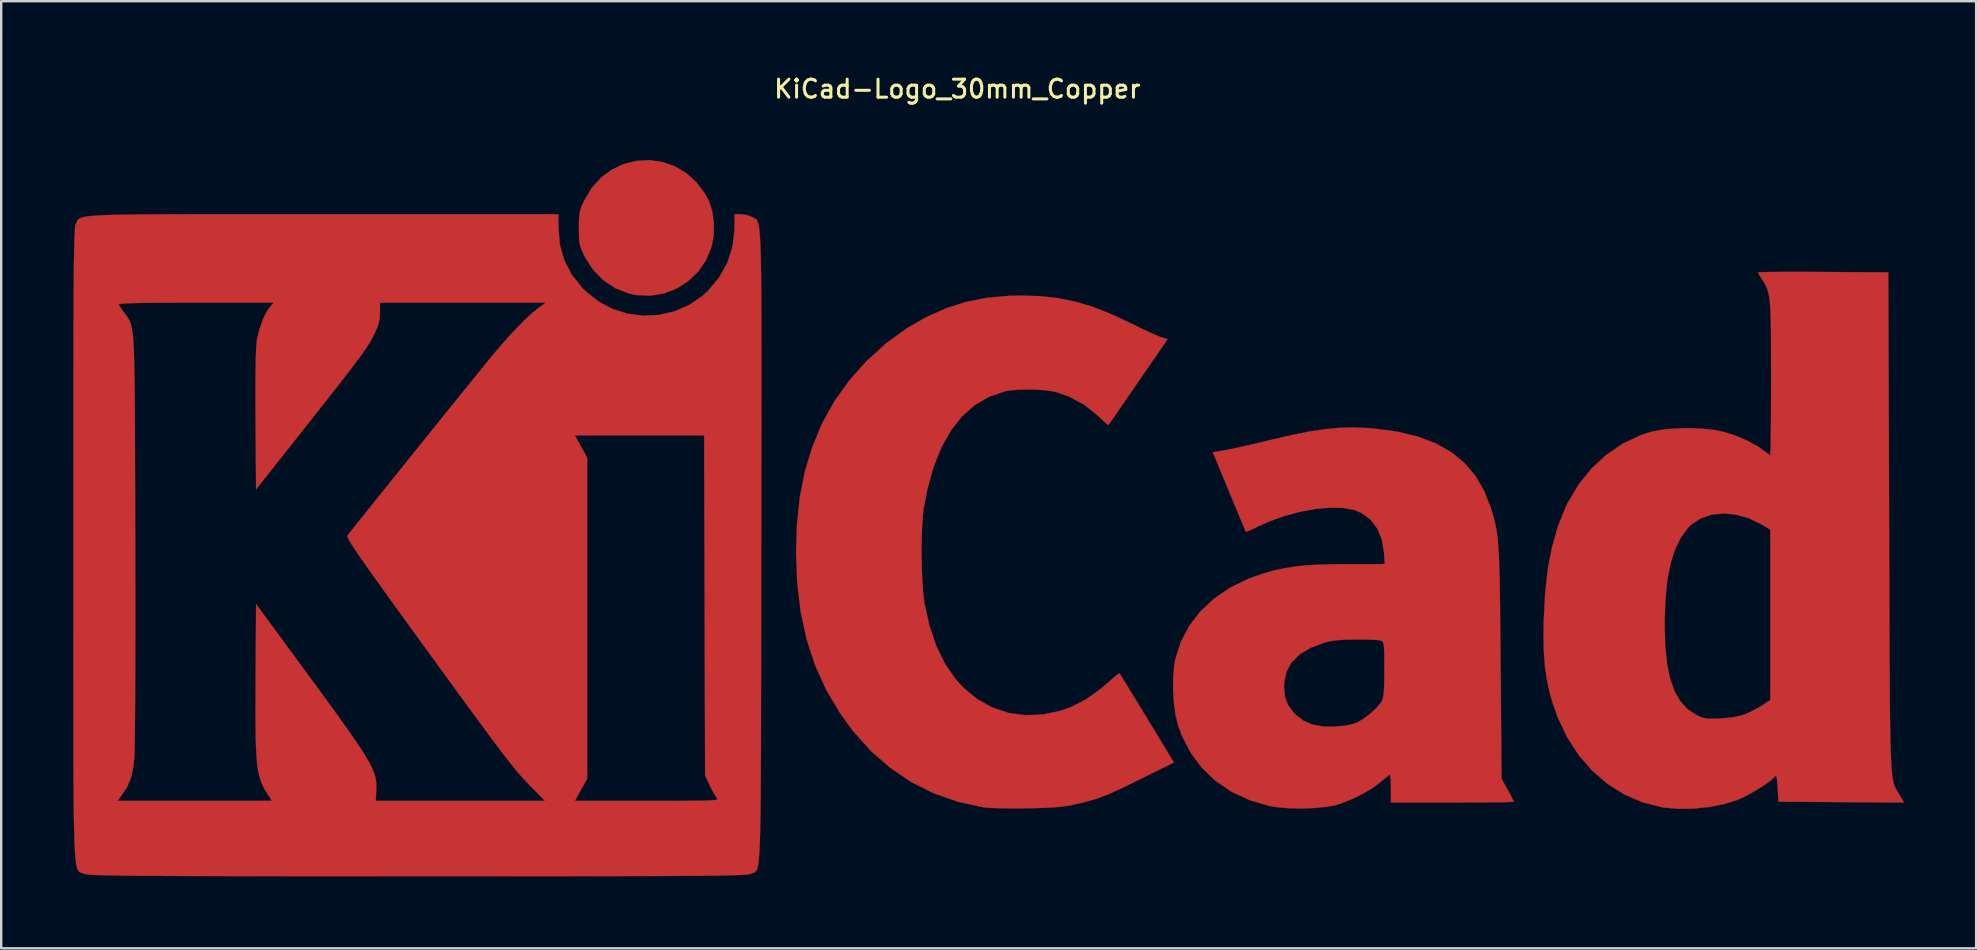
<source format=kicad_pcb>
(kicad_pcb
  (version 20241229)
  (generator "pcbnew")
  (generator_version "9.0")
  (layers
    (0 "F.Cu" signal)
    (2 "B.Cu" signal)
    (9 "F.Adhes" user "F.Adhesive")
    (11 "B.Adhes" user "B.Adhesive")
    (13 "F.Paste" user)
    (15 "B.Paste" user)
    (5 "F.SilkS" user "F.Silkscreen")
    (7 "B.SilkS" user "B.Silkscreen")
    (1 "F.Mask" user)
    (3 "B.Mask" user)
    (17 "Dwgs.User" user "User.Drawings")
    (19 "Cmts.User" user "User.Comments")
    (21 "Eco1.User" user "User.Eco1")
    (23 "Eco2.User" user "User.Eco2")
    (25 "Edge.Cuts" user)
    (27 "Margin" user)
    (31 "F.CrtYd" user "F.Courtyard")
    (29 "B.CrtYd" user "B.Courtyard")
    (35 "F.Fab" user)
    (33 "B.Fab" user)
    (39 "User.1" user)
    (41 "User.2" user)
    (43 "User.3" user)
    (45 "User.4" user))
  (footprint "KiCad-Logo_30mm_Copper"
    (layer "F.Cu")
    (at 38.106 18.438)
    (property "Reference" "KiCad-Logo_30mm_Copper" (at -1.27 -17.78 0) (layer "F.SilkS") (effects (font (size 0.75 0.75) (thickness 0.125))))
    (attr exclude_from_pos_files exclude_from_bom allow_missing_courtyard)
    (fp_poly (pts (xy -13.557 -14.738) (xy -13.044 -14.56) (xy -12.567 -14.28) (xy -12.141 -13.898) (xy -11.781 -13.415) (xy -11.619 -13.11) (xy -11.48 -12.683) (xy -11.412 -12.191) (xy -11.419 -11.684) (xy -11.503 -11.226) (xy -11.73 -10.665) (xy -12.061 -10.179) (xy -12.477 -9.777) (xy -12.961 -9.468) (xy -13.499 -9.262) (xy -14.071 -9.168) (xy -14.662 -9.197) (xy -14.953 -9.259) (xy -15.521 -9.48) (xy -16.025 -9.817) (xy -16.454 -10.26) (xy -16.795 -10.798) (xy -16.823 -10.856) (xy -16.923 -11.077) (xy -16.986 -11.263) (xy -17.02 -11.459) (xy -17.033 -11.71) (xy -17.036 -11.983) (xy -17.032 -12.311) (xy -17.015 -12.549) (xy -16.976 -12.741) (xy -16.906 -12.933) (xy -16.82 -13.122) (xy -16.498 -13.66) (xy -16.103 -14.095) (xy -15.648 -14.428) (xy -15.151 -14.659) (xy -14.626 -14.787) (xy -14.09 -14.814) (xy -13.557 -14.738)) (stroke (width 0.01) (type solid)) (fill yes) (layer "F.Cu"))
    (fp_poly (pts (xy 2.188 -9.148) (xy 2.924 -9.067) (xy 3.638 -8.923) (xy 4.357 -8.708) (xy 5.111 -8.414) (xy 5.93 -8.033) (xy 6.078 -7.959) (xy 6.416 -7.793) (xy 6.735 -7.643) (xy 7.003 -7.524) (xy 7.189 -7.45) (xy 7.218 -7.44) (xy 7.492 -7.358) (xy 6.265 -5.574) (xy 5.966 -5.138) (xy 5.691 -4.739) (xy 5.452 -4.392) (xy 5.257 -4.11) (xy 5.116 -3.905) (xy 5.038 -3.793) (xy 5.026 -3.775) (xy 4.974 -3.812) (xy 4.847 -3.924) (xy 4.668 -4.091) (xy 4.569 -4.185) (xy 4.007 -4.631) (xy 3.377 -4.97) (xy 2.834 -5.156) (xy 2.508 -5.215) (xy 2.099 -5.25) (xy 1.657 -5.262) (xy 1.228 -5.25) (xy 0.861 -5.213) (xy 0.715 -5.185) (xy 0.055 -4.958) (xy -0.539 -4.612) (xy -1.068 -4.146) (xy -1.53 -3.563) (xy -1.927 -2.861) (xy -2.256 -2.043) (xy -2.517 -1.108) (xy -2.673 -0.307) (xy -2.713 0.046) (xy -2.741 0.503) (xy -2.756 1.029) (xy -2.759 1.594) (xy -2.749 2.163) (xy -2.728 2.703) (xy -2.695 3.184) (xy -2.65 3.57) (xy -2.641 3.629) (xy -2.429 4.59) (xy -2.141 5.439) (xy -1.775 6.183) (xy -1.328 6.823) (xy -1.011 7.169) (xy -0.441 7.64) (xy 0.184 7.988) (xy 0.853 8.213) (xy 1.557 8.312) (xy 2.284 8.285) (xy 3.023 8.128) (xy 3.461 7.974) (xy 4.066 7.666) (xy 4.69 7.225) (xy 5.04 6.926) (xy 5.236 6.753) (xy 5.39 6.626) (xy 5.478 6.565) (xy 5.489 6.563) (xy 5.528 6.626) (xy 5.629 6.791) (xy 5.784 7.044) (xy 5.985 7.372) (xy 6.221 7.76) (xy 6.485 8.193) (xy 6.633 8.435) (xy 7.756 10.281) (xy 6.353 10.974) (xy 5.846 11.223) (xy 5.435 11.419) (xy 5.095 11.573) (xy 4.802 11.693) (xy 4.529 11.79) (xy 4.252 11.873) (xy 3.946 11.953) (xy 3.653 12.022) (xy 3.392 12.076) (xy 3.12 12.117) (xy 2.808 12.147) (xy 2.429 12.168) (xy 1.957 12.183) (xy 1.639 12.189) (xy 1.185 12.194) (xy 0.749 12.192) (xy 0.361 12.183) (xy 0.049 12.17) (xy -0.157 12.152) (xy -0.169 12.15) (xy -1.242 11.918) (xy -2.249 11.566) (xy -3.19 11.095) (xy -4.066 10.504) (xy -4.875 9.794) (xy -5.617 8.965) (xy -6.154 8.228) (xy -6.726 7.263) (xy -7.189 6.245) (xy -7.544 5.164) (xy -7.794 4.013) (xy -7.941 2.783) (xy -7.987 1.534) (xy -7.949 0.327) (xy -7.83 -0.788) (xy -7.625 -1.828) (xy -7.33 -2.812) (xy -6.943 -3.759) (xy -6.897 -3.857) (xy -6.387 -4.774) (xy -5.761 -5.647) (xy -5.037 -6.457) (xy -4.232 -7.187) (xy -3.364 -7.818) (xy -2.555 -8.281) (xy -1.738 -8.643) (xy -0.919 -8.906) (xy -0.066 -9.076) (xy 0.851 -9.16) (xy 1.4 -9.173) (xy 2.188 -9.148)) (stroke (width 0.01) (type solid)) (fill yes) (layer "F.Cu"))
    (fp_poly (pts (xy 34.027 -10.161) (xy 34.608 -10.159) (xy 34.806 -10.157) (xy 37.52 -10.14) (xy 37.554 0.273) (xy 37.558 1.685) (xy 37.562 2.967) (xy 37.566 4.126) (xy 37.57 5.168) (xy 37.574 6.1) (xy 37.578 6.929) (xy 37.584 7.661) (xy 37.59 8.303) (xy 37.598 8.861) (xy 37.607 9.342) (xy 37.618 9.753) (xy 37.631 10.101) (xy 37.646 10.392) (xy 37.664 10.632) (xy 37.685 10.828) (xy 37.709 10.988) (xy 37.736 11.117) (xy 37.766 11.222) (xy 37.801 11.31) (xy 37.84 11.388) (xy 37.883 11.462) (xy 37.931 11.538) (xy 37.983 11.624) (xy 37.994 11.642) (xy 38.175 11.951) (xy 35.56 11.933) (xy 32.945 11.915) (xy 32.911 11.34) (xy 32.892 11.065) (xy 32.873 10.905) (xy 32.847 10.842) (xy 32.807 10.855) (xy 32.774 10.891) (xy 32.63 11.024) (xy 32.396 11.195) (xy 32.105 11.383) (xy 31.788 11.568) (xy 31.481 11.73) (xy 31.244 11.836) (xy 30.691 12.011) (xy 30.056 12.136) (xy 29.386 12.204) (xy 28.728 12.211) (xy 28.129 12.154) (xy 28.12 12.152) (xy 27.301 11.947) (xy 26.534 11.619) (xy 25.827 11.177) (xy 25.187 10.627) (xy 24.622 9.976) (xy 24.139 9.231) (xy 23.745 8.4) (xy 23.53 7.784) (xy 23.388 7.269) (xy 23.284 6.77) (xy 23.212 6.257) (xy 23.171 5.699) (xy 23.156 5.068) (xy 23.162 4.552) (xy 28.201 4.552) (xy 28.225 5.417) (xy 28.3 6.161) (xy 28.429 6.791) (xy 28.614 7.314) (xy 28.857 7.735) (xy 29.161 8.062) (xy 29.511 8.293) (xy 29.694 8.38) (xy 29.852 8.432) (xy 30.029 8.455) (xy 30.266 8.457) (xy 30.521 8.448) (xy 31.023 8.404) (xy 31.42 8.317) (xy 31.545 8.274) (xy 31.83 8.145) (xy 32.131 7.984) (xy 32.262 7.903) (xy 32.603 7.68) (xy 32.603 0.582) (xy 32.228 0.357) (xy 31.704 0.102) (xy 31.169 -0.048) (xy 30.642 -0.096) (xy 30.143 -0.041) (xy 29.691 0.115) (xy 29.307 0.372) (xy 29.182 0.495) (xy 28.883 0.898) (xy 28.641 1.386) (xy 28.454 1.968) (xy 28.319 2.651) (xy 28.236 3.444) (xy 28.202 4.355) (xy 28.201 4.552) (xy 23.162 4.552) (xy 23.165 4.337) (xy 23.223 3.213) (xy 23.338 2.199) (xy 23.515 1.281) (xy 23.757 0.443) (xy 24.065 -0.329) (xy 24.175 -0.558) (xy 24.619 -1.304) (xy 25.155 -1.967) (xy 25.771 -2.537) (xy 26.454 -3.002) (xy 27.191 -3.352) (xy 27.634 -3.496) (xy 28.068 -3.581) (xy 28.591 -3.632) (xy 29.158 -3.649) (xy 29.725 -3.63) (xy 30.25 -3.577) (xy 30.671 -3.494) (xy 31.172 -3.331) (xy 31.658 -3.122) (xy 32.083 -2.887) (xy 32.309 -2.727) (xy 32.465 -2.609) (xy 32.575 -2.537) (xy 32.599 -2.526) (xy 32.607 -2.592) (xy 32.614 -2.782) (xy 32.621 -3.081) (xy 32.627 -3.476) (xy 32.631 -3.955) (xy 32.635 -4.504) (xy 32.637 -5.108) (xy 32.638 -5.725) (xy 32.637 -6.514) (xy 32.635 -7.179) (xy 32.631 -7.733) (xy 32.622 -8.189) (xy 32.609 -8.559) (xy 32.589 -8.857) (xy 32.562 -9.094) (xy 32.526 -9.283) (xy 32.481 -9.438) (xy 32.426 -9.571) (xy 32.358 -9.695) (xy 32.277 -9.822) (xy 32.267 -9.837) (xy 32.163 -10.002) (xy 32.1 -10.115) (xy 32.091 -10.139) (xy 32.157 -10.146) (xy 32.345 -10.152) (xy 32.641 -10.157) (xy 33.029 -10.16) (xy 33.496 -10.161) (xy 34.027 -10.161)) (stroke (width 0.01) (type solid)) (fill yes) (layer "F.Cu"))
    (fp_poly (pts (xy 15.752 -3.659) (xy 16.091 -3.633) (xy 17.059 -3.505) (xy 17.916 -3.299) (xy 18.666 -3.014) (xy 19.315 -2.647) (xy 19.865 -2.195) (xy 20.321 -1.655) (xy 20.687 -1.024) (xy 20.954 -0.341) (xy 21.022 -0.124) (xy 21.081 0.08) (xy 21.132 0.281) (xy 21.176 0.49) (xy 21.213 0.719) (xy 21.244 0.977) (xy 21.27 1.277) (xy 21.291 1.628) (xy 21.308 2.042) (xy 21.322 2.531) (xy 21.334 3.104) (xy 21.343 3.774) (xy 21.352 4.55) (xy 21.36 5.444) (xy 21.366 6.145) (xy 21.406 10.959) (xy 21.662 11.422) (xy 21.783 11.645) (xy 21.873 11.819) (xy 21.916 11.911) (xy 21.918 11.917) (xy 21.852 11.924) (xy 21.665 11.931) (xy 21.37 11.937) (xy 20.985 11.942) (xy 20.522 11.945) (xy 19.997 11.948) (xy 19.425 11.949) (xy 19.357 11.949) (xy 16.797 11.949) (xy 16.797 11.369) (xy 16.792 11.106) (xy 16.781 10.906) (xy 16.764 10.798) (xy 16.757 10.788) (xy 16.689 10.83) (xy 16.549 10.939) (xy 16.368 11.093) (xy 16.364 11.097) (xy 16.033 11.343) (xy 15.615 11.59) (xy 15.158 11.814) (xy 14.708 11.991) (xy 14.509 12.051) (xy 14.115 12.128) (xy 13.631 12.177) (xy 13.102 12.197) (xy 12.572 12.188) (xy 12.085 12.15) (xy 11.744 12.095) (xy 10.909 11.849) (xy 10.157 11.5) (xy 9.493 11.05) (xy 8.922 10.505) (xy 8.449 9.868) (xy 8.079 9.145) (xy 7.92 8.706) (xy 7.82 8.279) (xy 7.753 7.767) (xy 7.723 7.216) (xy 7.724 7.136) (xy 12.342 7.136) (xy 12.38 7.545) (xy 12.507 7.885) (xy 12.743 8.201) (xy 12.834 8.293) (xy 13.155 8.543) (xy 13.527 8.703) (xy 13.973 8.781) (xy 14.442 8.786) (xy 14.887 8.749) (xy 15.228 8.675) (xy 15.376 8.62) (xy 15.642 8.469) (xy 15.925 8.256) (xy 16.183 8.018) (xy 16.375 7.789) (xy 16.426 7.705) (xy 16.466 7.588) (xy 16.494 7.401) (xy 16.513 7.126) (xy 16.522 6.747) (xy 16.524 6.385) (xy 16.522 5.964) (xy 16.517 5.659) (xy 16.506 5.452) (xy 16.487 5.321) (xy 16.458 5.247) (xy 16.417 5.21) (xy 16.404 5.204) (xy 16.294 5.186) (xy 16.077 5.171) (xy 15.781 5.161) (xy 15.438 5.157) (xy 15.363 5.157) (xy 14.903 5.164) (xy 14.549 5.186) (xy 14.266 5.225) (xy 14.034 5.283) (xy 13.456 5.501) (xy 13.002 5.77) (xy 12.67 6.093) (xy 12.455 6.475) (xy 12.352 6.92) (xy 12.342 7.136) (xy 7.724 7.136) (xy 7.729 6.675) (xy 7.776 6.189) (xy 7.812 5.993) (xy 8.042 5.265) (xy 8.392 4.595) (xy 8.855 3.99) (xy 9.424 3.456) (xy 10.094 2.999) (xy 10.857 2.626) (xy 11.505 2.399) (xy 11.939 2.28) (xy 12.353 2.188) (xy 12.776 2.119) (xy 13.233 2.071) (xy 13.752 2.04) (xy 14.36 2.023) (xy 14.91 2.019) (xy 16.539 2.014) (xy 16.508 1.524) (xy 16.419 0.993) (xy 16.231 0.536) (xy 15.95 0.166) (xy 15.586 -0.108) (xy 15.265 -0.241) (xy 14.806 -0.325) (xy 14.258 -0.337) (xy 13.65 -0.282) (xy 13.004 -0.163) (xy 12.348 0.014) (xy 11.708 0.245) (xy 11.242 0.457) (xy 11.018 0.566) (xy 10.847 0.641) (xy 10.76 0.671) (xy 10.756 0.67) (xy 10.726 0.604) (xy 10.651 0.428) (xy 10.538 0.16) (xy 10.394 -0.185) (xy 10.227 -0.588) (xy 10.057 -0.999) (xy 9.377 -2.647) (xy 9.861 -2.726) (xy 10.07 -2.766) (xy 10.385 -2.833) (xy 10.779 -2.921) (xy 11.224 -3.024) (xy 11.694 -3.135) (xy 11.881 -3.181) (xy 12.69 -3.368) (xy 13.398 -3.509) (xy 14.032 -3.606) (xy 14.618 -3.661) (xy 15.183 -3.678) (xy 15.752 -3.659)) (stroke (width 0.01) (type solid)) (fill yes) (layer "F.Cu"))
    (fp_poly (pts (xy -29.619 -12.564) (xy -28.303 -12.563) (xy -27.691 -12.563) (xy -17.889 -12.563) (xy -17.889 -11.986) (xy -17.828 -11.283) (xy -17.641 -10.634) (xy -17.329 -10.036) (xy -16.889 -9.486) (xy -16.74 -9.337) (xy -16.205 -8.915) (xy -15.614 -8.607) (xy -14.986 -8.414) (xy -14.338 -8.334) (xy -13.688 -8.368) (xy -13.053 -8.516) (xy -12.451 -8.777) (xy -11.899 -9.152) (xy -11.651 -9.377) (xy -11.189 -9.932) (xy -10.851 -10.541) (xy -10.638 -11.198) (xy -10.555 -11.897) (xy -10.554 -11.966) (xy -10.549 -12.563) (xy -10.287 -12.563) (xy -10.054 -12.532) (xy -9.841 -12.455) (xy -9.827 -12.447) (xy -9.779 -12.422) (xy -9.735 -12.403) (xy -9.694 -12.383) (xy -9.658 -12.358) (xy -9.624 -12.321) (xy -9.594 -12.267) (xy -9.567 -12.19) (xy -9.543 -12.085) (xy -9.522 -11.946) (xy -9.504 -11.767) (xy -9.488 -11.543) (xy -9.474 -11.267) (xy -9.463 -10.935) (xy -9.453 -10.541) (xy -9.446 -10.078) (xy -9.44 -9.542) (xy -9.435 -8.927) (xy -9.432 -8.226) (xy -9.431 -7.435) (xy -9.43 -6.548) (xy -9.43 -5.558) (xy -9.431 -4.461) (xy -9.432 -3.251) (xy -9.434 -1.922) (xy -9.436 -0.468) (xy -9.439 1.116) (xy -9.439 1.309) (xy -9.441 2.903) (xy -9.443 4.366) (xy -9.444 5.704) (xy -9.446 6.923) (xy -9.448 8.027) (xy -9.45 9.023) (xy -9.453 9.917) (xy -9.457 10.714) (xy -9.461 11.419) (xy -9.467 12.038) (xy -9.474 12.578) (xy -9.483 13.043) (xy -9.493 13.44) (xy -9.505 13.773) (xy -9.52 14.049) (xy -9.536 14.273) (xy -9.555 14.451) (xy -9.577 14.589) (xy -9.601 14.692) (xy -9.628 14.766) (xy -9.659 14.816) (xy -9.692 14.849) (xy -9.73 14.869) (xy -9.771 14.883) (xy -9.815 14.896) (xy -9.864 14.914) (xy -9.876 14.919) (xy -9.914 14.931) (xy -9.976 14.942) (xy -10.07 14.953) (xy -10.2 14.962) (xy -10.371 14.97) (xy -10.59 14.978) (xy -10.861 14.985) (xy -11.19 14.991) (xy -11.584 14.996) (xy -12.046 15.001) (xy -12.582 15.005) (xy -13.199 15.009) (xy -13.902 15.012) (xy -14.695 15.014) (xy -15.585 15.016) (xy -16.577 15.017) (xy -17.676 15.019) (xy -18.889 15.019) (xy -20.22 15.02) (xy -21.674 15.02) (xy -23.258 15.02) (xy -23.772 15.02) (xy -25.391 15.02) (xy -26.879 15.019) (xy -28.242 15.019) (xy -29.485 15.018) (xy -30.613 15.017) (xy -31.633 15.015) (xy -32.549 15.013) (xy -33.368 15.011) (xy -34.094 15.008) (xy -34.734 15.005) (xy -35.293 15.001) (xy -35.776 14.996) (xy -36.189 14.991) (xy -36.538 14.986) (xy -36.828 14.979) (xy -37.064 14.972) (xy -37.253 14.964) (xy -37.399 14.955) (xy -37.508 14.945) (xy -37.587 14.934) (xy -37.64 14.922) (xy -37.668 14.911) (xy -37.72 14.89) (xy -37.766 14.874) (xy -37.809 14.858) (xy -37.849 14.836) (xy -37.884 14.804) (xy -37.916 14.754) (xy -37.945 14.682) (xy -37.97 14.581) (xy -37.993 14.447) (xy -38.013 14.273) (xy -38.03 14.054) (xy -38.045 13.784) (xy -38.058 13.458) (xy -38.068 13.069) (xy -38.077 12.613) (xy -38.084 12.084) (xy -38.086 11.881) (xy -36.263 11.881) (xy -29.822 11.881) (xy -29.946 11.693) (xy -30.07 11.5) (xy -30.174 11.316) (xy -30.261 11.129) (xy -30.332 10.925) (xy -30.389 10.692) (xy -30.433 10.416) (xy -30.465 10.086) (xy -30.487 9.687) (xy -30.501 9.208) (xy -30.508 8.635) (xy -30.509 7.955) (xy -30.506 7.156) (xy -30.505 6.86) (xy -30.487 3.68) (xy -28.473 6.423) (xy -27.902 7.2) (xy -27.408 7.878) (xy -26.984 8.464) (xy -26.626 8.967) (xy -26.329 9.397) (xy -26.086 9.762) (xy -25.893 10.071) (xy -25.744 10.334) (xy -25.633 10.559) (xy -25.557 10.755) (xy -25.508 10.931) (xy -25.483 11.097) (xy -25.475 11.261) (xy -25.479 11.432) (xy -25.48 11.453) (xy -25.502 11.881) (xy -21.973 11.881) (xy -18.444 11.881) (xy -18.969 11.351) (xy -19.111 11.206) (xy -19.246 11.066) (xy -19.38 10.921) (xy -19.519 10.764) (xy -19.667 10.589) (xy -19.833 10.386) (xy -20.02 10.148) (xy -20.236 9.867) (xy -20.486 9.536) (xy -20.776 9.147) (xy -21.112 8.691) (xy -21.501 8.162) (xy -21.947 7.551) (xy -22.457 6.851) (xy -23.037 6.054) (xy -23.512 5.4) (xy -24.108 4.578) (xy -24.629 3.86) (xy -25.078 3.238) (xy -25.46 2.706) (xy -25.78 2.256) (xy -26.043 1.882) (xy -26.253 1.578) (xy -26.416 1.336) (xy -26.535 1.149) (xy -26.616 1.011) (xy -26.663 0.915) (xy -26.682 0.854) (xy -26.676 0.822) (xy -26.61 0.736) (xy -26.466 0.555) (xy -26.254 0.29) (xy -25.982 -0.05) (xy -25.66 -0.453) (xy -25.294 -0.908) (xy -24.895 -1.405) (xy -24.47 -1.933) (xy -24.029 -2.482) (xy -23.58 -3.039) (xy -23.334 -3.346) (xy -17.204 -3.346) (xy -16.949 -2.885) (xy -16.694 -2.424) (xy -16.694 10.959) (xy -16.949 11.42) (xy -17.204 11.881) (xy -14.19 11.881) (xy -13.471 11.88) (xy -12.877 11.879) (xy -12.396 11.877) (xy -12.018 11.873) (xy -11.731 11.868) (xy -11.524 11.859) (xy -11.385 11.847) (xy -11.304 11.832) (xy -11.267 11.812) (xy -11.265 11.788) (xy -11.286 11.76) (xy -11.286 11.759) (xy -11.373 11.635) (xy -11.487 11.432) (xy -11.587 11.23) (xy -11.778 10.822) (xy -11.798 3.738) (xy -11.817 -3.346) (xy -17.204 -3.346) (xy -23.334 -3.346) (xy -23.132 -3.595) (xy -22.694 -4.14) (xy -22.273 -4.661) (xy -21.88 -5.149) (xy -21.521 -5.592) (xy -21.207 -5.98) (xy -20.946 -6.302) (xy -20.746 -6.548) (xy -20.628 -6.691) (xy -20.172 -7.227) (xy -19.734 -7.71) (xy -19.328 -8.126) (xy -18.97 -8.457) (xy -18.715 -8.66) (xy -18.415 -8.876) (xy -25.325 -8.876) (xy -25.323 -8.471) (xy -25.342 -8.173) (xy -25.415 -7.896) (xy -25.527 -7.634) (xy -25.6 -7.486) (xy -25.679 -7.34) (xy -25.77 -7.185) (xy -25.881 -7.012) (xy -26.019 -6.811) (xy -26.191 -6.572) (xy -26.405 -6.286) (xy -26.667 -5.943) (xy -26.985 -5.533) (xy -27.366 -5.047) (xy -27.817 -4.475) (xy -28.345 -3.806) (xy -28.404 -3.731) (xy -30.487 -1.097) (xy -30.507 -4.014) (xy -30.511 -4.887) (xy -30.51 -5.627) (xy -30.504 -6.235) (xy -30.494 -6.714) (xy -30.478 -7.066) (xy -30.457 -7.294) (xy -30.45 -7.337) (xy -30.339 -7.792) (xy -30.194 -8.203) (xy -30.029 -8.533) (xy -29.929 -8.673) (xy -29.758 -8.876) (xy -33.011 -8.876) (xy -33.787 -8.876) (xy -34.436 -8.874) (xy -34.968 -8.87) (xy -35.391 -8.864) (xy -35.715 -8.856) (xy -35.95 -8.845) (xy -36.106 -8.831) (xy -36.191 -8.815) (xy -36.215 -8.795) (xy -36.213 -8.791) (xy -36.144 -8.687) (xy -36.029 -8.522) (xy -35.969 -8.438) (xy -35.908 -8.355) (xy -35.852 -8.281) (xy -35.803 -8.208) (xy -35.759 -8.129) (xy -35.72 -8.037) (xy -35.686 -7.924) (xy -35.657 -7.784) (xy -35.632 -7.608) (xy -35.61 -7.39) (xy -35.592 -7.122) (xy -35.577 -6.797) (xy -35.565 -6.408) (xy -35.555 -5.947) (xy -35.547 -5.406) (xy -35.541 -4.779) (xy -35.536 -4.058) (xy -35.533 -3.236) (xy -35.53 -2.306) (xy -35.527 -1.26) (xy -35.524 -0.091) (xy -35.521 0.983) (xy -35.519 2.181) (xy -35.517 3.323) (xy -35.517 4.404) (xy -35.518 5.414) (xy -35.52 6.348) (xy -35.524 7.198) (xy -35.528 7.956) (xy -35.533 8.615) (xy -35.539 9.169) (xy -35.546 9.609) (xy -35.554 9.928) (xy -35.563 10.12) (xy -35.564 10.14) (xy -35.625 10.604) (xy -35.719 10.977) (xy -35.863 11.302) (xy -36.071 11.624) (xy -36.097 11.659) (xy -36.263 11.881) (xy -38.086 11.881) (xy -38.089 11.475) (xy -38.094 10.782) (xy -38.097 9.999) (xy -38.099 9.119) (xy -38.1 8.138) (xy -38.1 7.05) (xy -38.101 5.848) (xy -38.1 4.529) (xy -38.1 3.085) (xy -38.1 1.511) (xy -38.1 1.198) (xy -38.1 -0.392) (xy -38.1 -1.852) (xy -38.099 -3.186) (xy -38.098 -4.4) (xy -38.097 -5.5) (xy -38.095 -6.492) (xy -38.094 -7.381) (xy -38.091 -8.172) (xy -38.088 -8.872) (xy -38.085 -9.486) (xy -38.08 -10.019) (xy -38.076 -10.477) (xy -38.07 -10.866) (xy -38.064 -11.191) (xy -38.057 -11.458) (xy -38.049 -11.673) (xy -38.041 -11.841) (xy -38.031 -11.967) (xy -38.021 -12.058) (xy -38.009 -12.119) (xy -37.997 -12.155) (xy -37.996 -12.156) (xy -37.971 -12.211) (xy -37.949 -12.262) (xy -37.926 -12.307) (xy -37.893 -12.347) (xy -37.845 -12.383) (xy -37.775 -12.415) (xy -37.677 -12.443) (xy -37.543 -12.467) (xy -37.368 -12.488) (xy -37.144 -12.505) (xy -36.866 -12.52) (xy -36.526 -12.532) (xy -36.118 -12.541) (xy -35.635 -12.549) (xy -35.072 -12.555) (xy -34.421 -12.559) (xy -33.675 -12.561) (xy -32.829 -12.563) (xy -31.875 -12.564) (xy -30.807 -12.564) (xy -29.619 -12.564)) (stroke (width 0.01) (type solid)) (fill yes) (layer "F.Cu")))
  (gr_rect
    (start -3 -3)
    (end 79.286 36.463)
    (stroke (width 0.1) (type default))
    (fill no)
    (layer "Edge.Cuts")))
</source>
